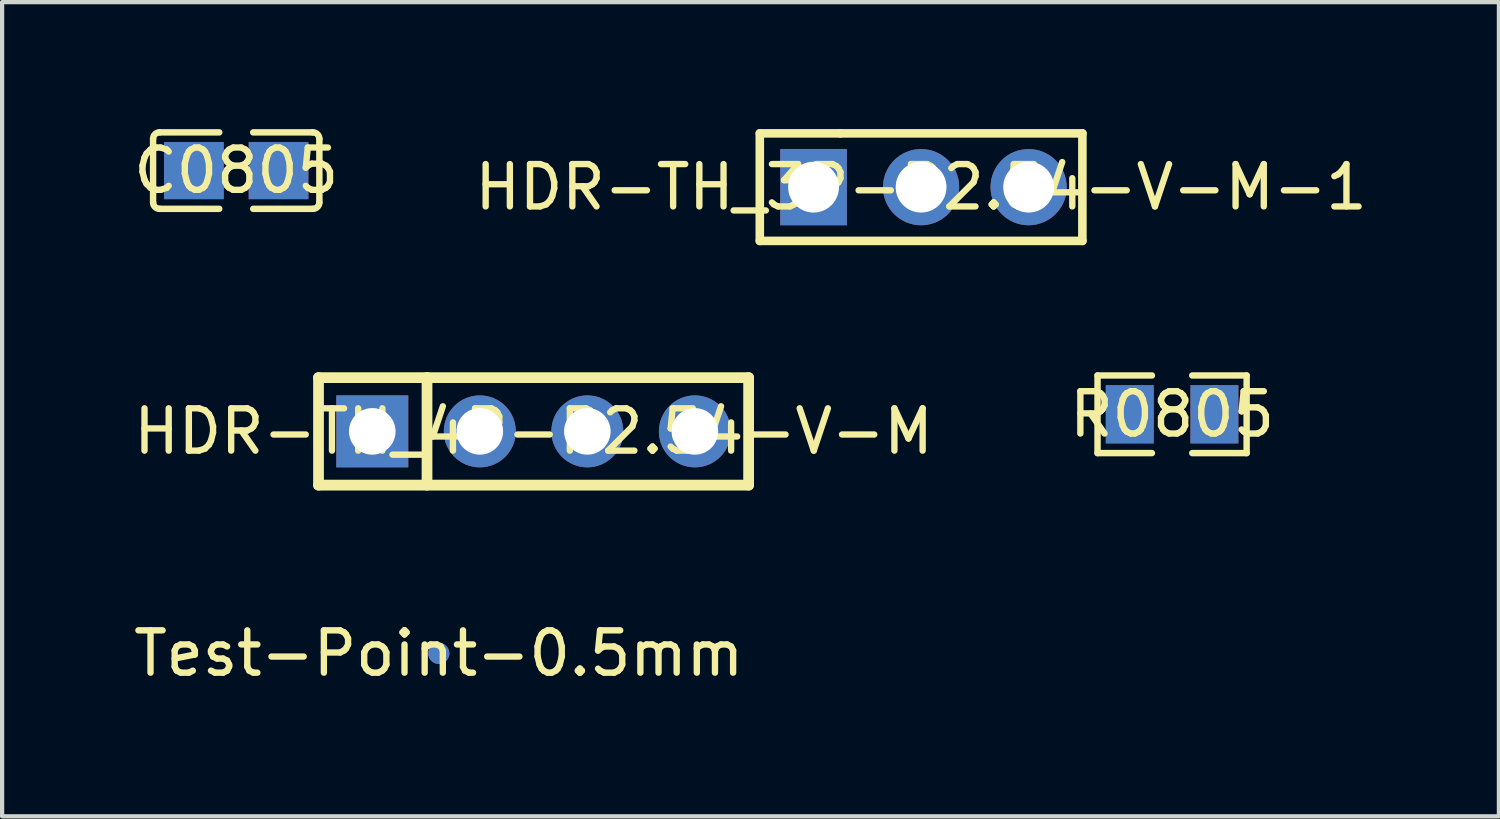
<source format=kicad_pcb>
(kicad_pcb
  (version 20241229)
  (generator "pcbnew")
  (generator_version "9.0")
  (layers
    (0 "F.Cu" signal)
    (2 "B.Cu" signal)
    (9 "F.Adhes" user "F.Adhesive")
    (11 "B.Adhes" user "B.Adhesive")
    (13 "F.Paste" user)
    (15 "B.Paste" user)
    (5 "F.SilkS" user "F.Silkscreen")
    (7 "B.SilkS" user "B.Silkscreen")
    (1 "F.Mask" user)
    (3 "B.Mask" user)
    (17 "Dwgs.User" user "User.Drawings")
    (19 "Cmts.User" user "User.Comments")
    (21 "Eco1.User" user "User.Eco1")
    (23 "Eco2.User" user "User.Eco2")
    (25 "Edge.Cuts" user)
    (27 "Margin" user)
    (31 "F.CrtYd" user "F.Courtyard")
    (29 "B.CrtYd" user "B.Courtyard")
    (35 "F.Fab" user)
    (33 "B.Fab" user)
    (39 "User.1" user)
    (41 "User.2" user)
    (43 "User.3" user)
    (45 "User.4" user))
  (footprint "Test-Point-0.5mm"
    (layer "F.Cu")
    (at 7.315 12.385)
    (property "Reference" "Test-Point-0.5mm" (at 0 0 0) (layer "F.SilkS") (effects (font (size 1 1) (thickness 0.15))))
    (pad "1" thru_hole circle (at 0 0) (size 0.5 0.5) (drill 0.000001) (layers "*.Cu" "*.Mask")))
  (footprint "HDR-TH_3P-P2.54-V-M-1"
    (layer "F.Cu")
    (at 18.708 1.371)
    (property "Reference" "HDR-TH_3P-P2.54-V-M-1" (at 0 0 0) (layer "F.SilkS") (effects (font (size 1 1) (thickness 0.15))))
    (fp_line (start -3.81 -1.27) (end -3.81 1.27) (stroke (width 0.203) (type default)) (layer "F.SilkS"))
    (fp_line (start -3.81 1.27) (end 3.81 1.27) (stroke (width 0.203) (type default)) (layer "F.SilkS"))
    (fp_line (start -1.905 -1.27) (end -3.81 -1.27) (stroke (width 0.203) (type default)) (layer "F.SilkS"))
    (fp_line (start 3.81 -1.27) (end -1.905 -1.27) (stroke (width 0.203) (type default)) (layer "F.SilkS"))
    (fp_line (start 3.81 1.27) (end 3.81 -1.27) (stroke (width 0.203) (type default)) (layer "F.SilkS"))
    (fp_poly (pts (xy -2.86 -0.32) (xy -2.22 -0.32) (xy -2.22 0.32) (xy -2.86 0.32)) (stroke (width 0.1) (type default)) (fill no) (layer "User.1"))
    (fp_poly (pts (xy -0.32 -0.32) (xy 0.32 -0.32) (xy 0.32 0.32) (xy -0.32 0.32)) (stroke (width 0.1) (type default)) (fill no) (layer "User.1"))
    (fp_poly (pts (xy 2.22 -0.32) (xy 2.86 -0.32) (xy 2.86 0.32) (xy 2.22 0.32)) (stroke (width 0.1) (type default)) (fill no) (layer "User.1"))
    (fp_line (start -3.81 -1.25) (end 3.81 -1.25) (stroke (width 0.051) (type default)) (layer "User.2"))
    (fp_line (start -3.81 1.25) (end -3.81 -1.25) (stroke (width 0.051) (type default)) (layer "User.2"))
    (fp_line (start 3.81 -1.25) (end 3.81 1.25) (stroke (width 0.051) (type default)) (layer "User.2"))
    (fp_line (start 3.81 1.25) (end -3.81 1.25) (stroke (width 0.051) (type default)) (layer "User.2"))
    (fp_poly (pts (xy -3.755 1.227) (xy -3.787 1.195) (xy -3.833 1.195) (xy -3.865 1.227) (xy -3.865 1.273) (xy -3.833 1.305) (xy -3.787 1.305) (xy -3.755 1.273)) (stroke (width 0.1) (type default)) (fill no) (layer "User.3"))
    (pad "1" thru_hole rect (at -2.54 0) (size 1.575 1.8) (drill 1.2) (layers "*.Cu" "*.Mask"))
    (pad "2" thru_hole circle (at 0 0) (size 1.8 1.8) (drill 1.2) (layers "*.Cu" "*.Mask"))
    (pad "3" thru_hole circle (at 2.54 0) (size 1.8 1.8) (drill 1.2) (layers "*.Cu" "*.Mask")))
  (footprint "HDR-TH_4P-P2.54-V-M"
    (layer "F.Cu")
    (at 9.554 7.14)
    (property "Reference" "HDR-TH_4P-P2.54-V-M" (at 0 0 0) (layer "F.SilkS") (effects (font (size 1 1) (thickness 0.15))))
    (fp_line (start -5.08 -1.27) (end -2.517 -1.27) (stroke (width 0.254) (type default)) (layer "F.SilkS"))
    (fp_line (start -5.08 1.27) (end -5.08 -1.27) (stroke (width 0.254) (type default)) (layer "F.SilkS"))
    (fp_line (start -2.517 -1.27) (end -2.517 1.27) (stroke (width 0.254) (type default)) (layer "F.SilkS"))
    (fp_line (start -2.517 -1.27) (end 5.08 -1.27) (stroke (width 0.254) (type default)) (layer "F.SilkS"))
    (fp_line (start 5.08 -1.27) (end 5.08 1.27) (stroke (width 0.254) (type default)) (layer "F.SilkS"))
    (fp_line (start 5.08 1.27) (end -5.08 1.27) (stroke (width 0.254) (type default)) (layer "F.SilkS"))
    (fp_poly (pts (xy -4.13 -0.32) (xy -3.49 -0.32) (xy -3.49 0.32) (xy -4.13 0.32)) (stroke (width 0.1) (type default)) (fill no) (layer "User.1"))
    (fp_poly (pts (xy -1.59 -0.32) (xy -0.95 -0.32) (xy -0.95 0.32) (xy -1.59 0.32)) (stroke (width 0.1) (type default)) (fill no) (layer "User.1"))
    (fp_poly (pts (xy 0.95 -0.32) (xy 1.59 -0.32) (xy 1.59 0.32) (xy 0.95 0.32)) (stroke (width 0.1) (type default)) (fill no) (layer "User.1"))
    (fp_poly (pts (xy 3.49 -0.32) (xy 4.13 -0.32) (xy 4.13 0.32) (xy 3.49 0.32)) (stroke (width 0.1) (type default)) (fill no) (layer "User.1"))
    (fp_line (start -5.08 -1.25) (end 5.08 -1.25) (stroke (width 0.051) (type default)) (layer "User.2"))
    (fp_line (start -5.08 1.25) (end -5.08 -1.25) (stroke (width 0.051) (type default)) (layer "User.2"))
    (fp_line (start 5.08 -1.25) (end 5.08 1.25) (stroke (width 0.051) (type default)) (layer "User.2"))
    (fp_line (start 5.08 1.25) (end -5.08 1.25) (stroke (width 0.051) (type default)) (layer "User.2"))
    (fp_poly (pts (xy -5.025 1.227) (xy -5.057 1.195) (xy -5.103 1.195) (xy -5.135 1.227) (xy -5.135 1.273) (xy -5.103 1.305) (xy -5.057 1.305) (xy -5.025 1.273)) (stroke (width 0.1) (type default)) (fill no) (layer "User.3"))
    (pad "1" thru_hole rect (at -3.81 0) (size 1.7 1.7) (drill 1.1 0.8) (layers "*.Cu" "*.Mask"))
    (pad "2" thru_hole circle (at -1.27 0) (size 1.7 1.7) (drill 1.1 0.8) (layers "*.Cu" "*.Mask"))
    (pad "3" thru_hole circle (at 1.27 0) (size 1.7 1.7) (drill 1.1 0.8) (layers "*.Cu" "*.Mask"))
    (pad "4" thru_hole circle (at 3.81 0) (size 1.7 1.7) (drill 1.1 0.8) (layers "*.Cu" "*.Mask")))
  (footprint "R0805"
    (layer "F.Cu")
    (at 24.637 6.736)
    (property "Reference" "R0805" (at 0 0 0) (layer "F.SilkS") (effects (font (size 1 1) (thickness 0.15))))
    (fp_line (start -1.761 -0.917) (end -0.476 -0.917) (stroke (width 0.152) (type default)) (layer "F.SilkS"))
    (fp_line (start -1.761 0.917) (end -1.761 -0.917) (stroke (width 0.152) (type default)) (layer "F.SilkS"))
    (fp_line (start -0.476 0.917) (end -1.761 0.917) (stroke (width 0.152) (type default)) (layer "F.SilkS"))
    (fp_line (start 0.476 0.917) (end 1.761 0.917) (stroke (width 0.152) (type default)) (layer "F.SilkS"))
    (fp_line (start 1.761 -0.917) (end 0.476 -0.917) (stroke (width 0.152) (type default)) (layer "F.SilkS"))
    (fp_line (start 1.761 0.917) (end 1.761 -0.917) (stroke (width 0.152) (type default)) (layer "F.SilkS"))
    (fp_poly (pts (xy -1.7 0.64) (xy -1.7 -0.64) (xy -1.65 -0.69) (xy -0.5 -0.69) (xy -0.45 -0.64) (xy -0.445 -0.23) (xy -0.895 -0.23) (xy -0.895 0.22) (xy -0.455 0.22) (xy -0.45 0.64) (xy -0.5 0.69) (xy -1.65 0.69)) (stroke (width 0) (type default)) (fill yes) (layer "F.Paste"))
    (fp_poly (pts (xy 0.45 0.64) (xy 0.45 0.22) (xy 0.895 0.22) (xy 0.895 -0.23) (xy 0.455 -0.23) (xy 0.45 -0.64) (xy 0.5 -0.69) (xy 1.65 -0.69) (xy 1.7 -0.64) (xy 1.7 0.64) (xy 1.65 0.69) (xy 0.5 0.69)) (stroke (width 0) (type default)) (fill yes) (layer "F.Paste"))
    (fp_poly (pts (xy -1 0.637) (xy -1 -0.637) (xy -0.6 -0.637) (xy -0.6 0.637)) (stroke (width 0.1) (type default)) (fill no) (layer "User.1"))
    (fp_poly (pts (xy 1 0.637) (xy 1 -0.637) (xy 0.6 -0.637) (xy 0.6 0.637)) (stroke (width 0.1) (type default)) (fill no) (layer "User.1"))
    (fp_line (start -1 -0.637) (end 1 -0.637) (stroke (width 0.051) (type default)) (layer "User.2"))
    (fp_line (start -1 0.637) (end -1 -0.637) (stroke (width 0.051) (type default)) (layer "User.2"))
    (fp_line (start 1 -0.637) (end 1 0.637) (stroke (width 0.051) (type default)) (layer "User.2"))
    (fp_line (start 1 0.637) (end -1 0.637) (stroke (width 0.051) (type default)) (layer "User.2"))
    (fp_poly (pts (xy -0.945 0.615) (xy -0.977 0.582) (xy -1.023 0.582) (xy -1.055 0.615) (xy -1.055 0.66) (xy -1.023 0.693) (xy -0.977 0.693) (xy -0.945 0.66)) (stroke (width 0.1) (type default)) (fill no) (layer "User.3"))
    (pad "1" thru_hole rect (at -1 0) (size 1.133 1.377) (drill 0.000001) (layers "*.Cu" "*.Mask"))
    (pad "2" thru_hole rect (at 1 0) (size 1.133 1.377) (drill 0.000001) (layers "*.Cu" "*.Mask")))
  (footprint "C0805"
    (layer "F.Cu")
    (at 2.53 0.98)
    (property "Reference" "C0805" (at 0 0 0) (layer "F.SilkS") (effects (font (size 1 1) (thickness 0.15))))
    (fp_line (start -1.964 0.751) (end -1.964 -0.751) (stroke (width 0.152) (type default)) (layer "F.SilkS"))
    (fp_line (start -1.811 -0.903) (end -0.401 -0.903) (stroke (width 0.152) (type default)) (layer "F.SilkS"))
    (fp_line (start -0.401 0.903) (end -1.811 0.903) (stroke (width 0.152) (type default)) (layer "F.SilkS"))
    (fp_line (start 0.401 0.903) (end 1.811 0.903) (stroke (width 0.152) (type default)) (layer "F.SilkS"))
    (fp_line (start 1.811 -0.903) (end 0.401 -0.903) (stroke (width 0.152) (type default)) (layer "F.SilkS"))
    (fp_line (start 1.964 0.751) (end 1.964 -0.751) (stroke (width 0.152) (type default)) (layer "F.SilkS"))
    (fp_arc (start -1.9635 -0.751) (mid -1.918834 -0.858834) (end -1.811 -0.9035) (stroke (width 0.1525) (type default)) (layer "F.SilkS"))
    (fp_arc (start -1.811 0.9035) (mid -1.918834 0.858834) (end -1.9635 0.751) (stroke (width 0.1525) (type default)) (layer "F.SilkS"))
    (fp_arc (start 1.811 -0.9035) (mid 1.918834 -0.858834) (end 1.9635 -0.751) (stroke (width 0.1525) (type default)) (layer "F.SilkS"))
    (fp_arc (start 1.9635 0.751) (mid 1.918834 0.858834) (end 1.811 0.9035) (stroke (width 0.1525) (type default)) (layer "F.SilkS"))
    (fp_poly (pts (xy -1.675 0.62) (xy -1.675 -0.66) (xy -1.625 -0.71) (xy -0.475 -0.71) (xy -0.425 -0.66) (xy -0.42 -0.25) (xy -0.87 -0.25) (xy -0.87 0.2) (xy -0.43 0.2) (xy -0.425 0.62) (xy -0.475 0.67) (xy -1.625 0.67)) (stroke (width 0) (type default)) (fill yes) (layer "F.Paste"))
    (fp_poly (pts (xy 0.475 0.62) (xy 0.475 0.2) (xy 0.92 0.2) (xy 0.92 -0.25) (xy 0.48 -0.25) (xy 0.475 -0.66) (xy 0.525 -0.71) (xy 1.675 -0.71) (xy 1.725 -0.66) (xy 1.725 0.62) (xy 1.675 0.67) (xy 0.525 0.67)) (stroke (width 0) (type default)) (fill yes) (layer "F.Paste"))
    (fp_poly (pts (xy -1 0.625) (xy -1 -0.625) (xy -0.5 -0.625) (xy -0.5 0.625)) (stroke (width 0.1) (type default)) (fill no) (layer "User.1"))
    (fp_poly (pts (xy 1 -0.625) (xy 1 0.625) (xy 0.5 0.625) (xy 0.5 -0.625)) (stroke (width 0.1) (type default)) (fill no) (layer "User.1"))
    (fp_line (start -1 -0.625) (end 1 -0.625) (stroke (width 0.051) (type default)) (layer "User.2"))
    (fp_line (start -1 0.625) (end -1 -0.625) (stroke (width 0.051) (type default)) (layer "User.2"))
    (fp_line (start 1 -0.625) (end 1 0.625) (stroke (width 0.051) (type default)) (layer "User.2"))
    (fp_line (start 1 0.625) (end -1 0.625) (stroke (width 0.051) (type default)) (layer "User.2"))
    (fp_poly (pts (xy -0.945 0.602) (xy -0.977 0.57) (xy -1.023 0.57) (xy -1.055 0.602) (xy -1.055 0.648) (xy -1.023 0.68) (xy -0.977 0.68) (xy -0.945 0.648)) (stroke (width 0.1) (type default)) (fill no) (layer "User.3"))
    (pad "1" thru_hole rect (at -1 0) (size 1.41 1.35) (drill 0.000001) (layers "*.Cu" "*.Mask"))
    (pad "2" thru_hole rect (at 1 0) (size 1.41 1.35) (drill 0.000001) (layers "*.Cu" "*.Mask")))
  (gr_rect
    (start -3 -3)
    (end 32.357 16.233)
    (stroke (width 0.1) (type default))
    (fill no)
    (layer "Edge.Cuts")))
</source>
